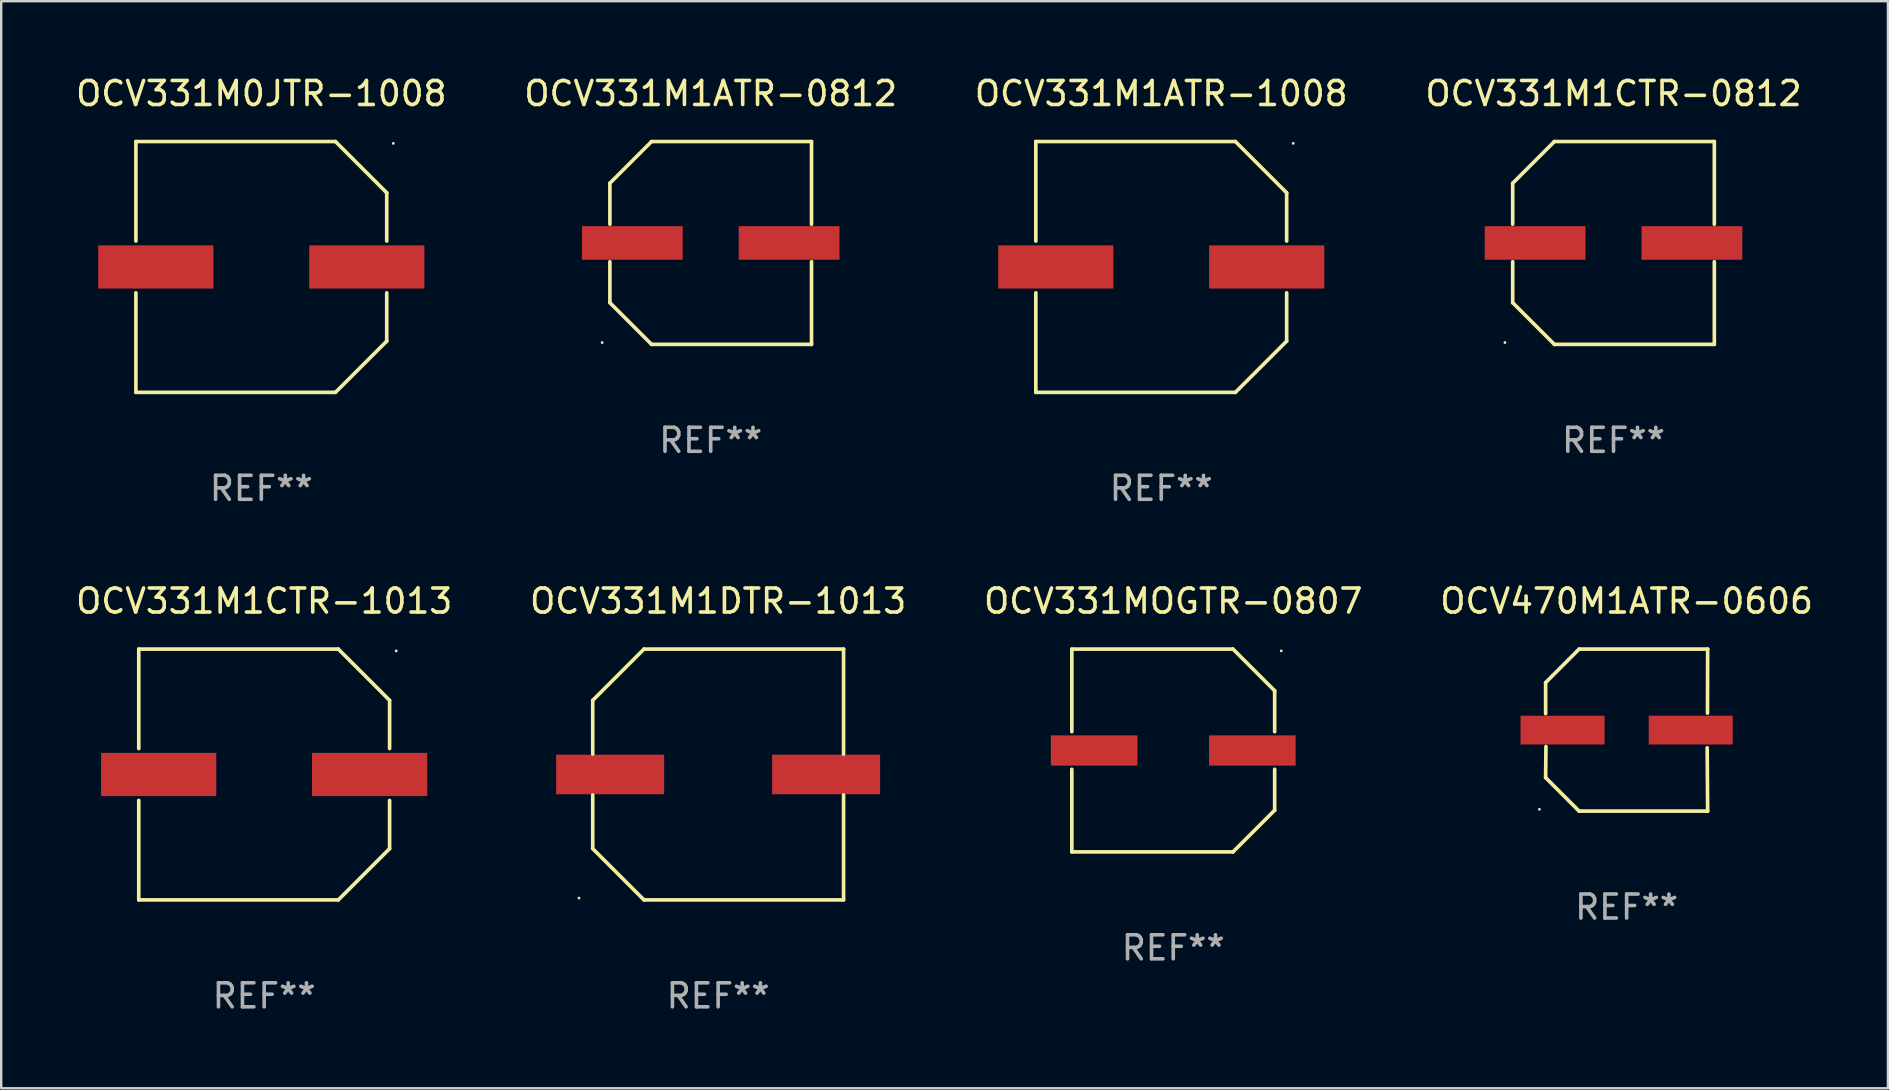
<source format=kicad_pcb>
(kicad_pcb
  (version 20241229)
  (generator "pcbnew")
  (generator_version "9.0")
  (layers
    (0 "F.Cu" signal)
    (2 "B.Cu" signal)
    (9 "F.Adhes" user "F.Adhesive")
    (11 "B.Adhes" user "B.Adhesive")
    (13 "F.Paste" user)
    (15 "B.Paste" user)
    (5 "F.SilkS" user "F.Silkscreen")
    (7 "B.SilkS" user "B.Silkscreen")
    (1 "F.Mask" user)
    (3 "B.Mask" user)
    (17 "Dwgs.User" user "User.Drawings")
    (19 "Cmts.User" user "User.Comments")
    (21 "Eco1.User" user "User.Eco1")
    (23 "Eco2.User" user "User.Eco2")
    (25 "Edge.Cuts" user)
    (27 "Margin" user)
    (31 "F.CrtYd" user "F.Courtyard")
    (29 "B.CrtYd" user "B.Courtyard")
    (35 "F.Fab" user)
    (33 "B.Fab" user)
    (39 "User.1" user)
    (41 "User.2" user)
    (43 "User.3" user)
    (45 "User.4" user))
  (footprint "OCV331M1ATR-0812"
    (layer "F.Cu")
    (at 26.565 7.074)
    (property "Reference" "OCV331M1ATR-0812" (at 0 -6.226 0) (layer "F.SilkS") (effects (font (size 1 1) (thickness 0.15))))
    (attr through_hole)
    (fp_line (start -4.201 -2.49) (end -4.201 -0.782) (stroke (width 0.152) (type solid)) (layer "F.SilkS"))
    (fp_line (start -4.201 2.49) (end -4.201 0.782) (stroke (width 0.152) (type solid)) (layer "F.SilkS"))
    (fp_line (start -2.465 -4.226) (end -4.201 -2.49) (stroke (width 0.152) (type solid)) (layer "F.SilkS"))
    (fp_line (start -2.465 4.226) (end -4.201 2.49) (stroke (width 0.152) (type solid)) (layer "F.SilkS"))
    (fp_line (start 4.201 -4.226) (end -2.465 -4.226) (stroke (width 0.152) (type solid)) (layer "F.SilkS"))
    (fp_line (start 4.201 -0.782) (end 4.201 -4.226) (stroke (width 0.152) (type solid)) (layer "F.SilkS"))
    (fp_line (start 4.201 0.782) (end 4.201 4.226) (stroke (width 0.152) (type solid)) (layer "F.SilkS"))
    (fp_line (start 4.201 4.226) (end -2.465 4.226) (stroke (width 0.152) (type solid)) (layer "F.SilkS"))
    (fp_circle (center -4.524 4.15) (end -4.494 4.15) (stroke (width 0.06) (type solid)) (fill no) (layer "F.SilkS"))
    (fp_text user "REF**" (at 0 8.226 0) (layer "F.Fab") (effects (font (size 1 1) (thickness 0.15))))
    (pad "1" smd rect (at -3.267 0) (size 4.2 1.4) (layers "F.Cu" "F.Mask" "F.Paste"))
    (pad "2" smd rect (at 3.267 0) (size 4.2 1.4) (layers "F.Cu" "F.Mask" "F.Paste")))
  (footprint "OCV331M1CTR-1013"
    (layer "F.Cu")
    (at 7.958 29.223)
    (property "Reference" "OCV331M1CTR-1013" (at 0 -7.226 0) (layer "F.SilkS") (effects (font (size 1 1) (thickness 0.15))))
    (attr through_hole)
    (fp_line (start -5.226 -5.226) (end -5.226 -1.08) (stroke (width 0.152) (type solid)) (layer "F.SilkS"))
    (fp_line (start -5.226 -5.226) (end 3.09 -5.226) (stroke (width 0.152) (type solid)) (layer "F.SilkS"))
    (fp_line (start -5.226 1.08) (end -5.226 5.226) (stroke (width 0.152) (type solid)) (layer "F.SilkS"))
    (fp_line (start -5.226 5.226) (end 3.09 5.226) (stroke (width 0.152) (type solid)) (layer "F.SilkS"))
    (fp_line (start 3.09 -5.226) (end 5.226 -3.09) (stroke (width 0.152) (type solid)) (layer "F.SilkS"))
    (fp_line (start 3.09 5.226) (end 5.226 3.09) (stroke (width 0.152) (type solid)) (layer "F.SilkS"))
    (fp_line (start 5.226 -1.08) (end 5.226 -3.09) (stroke (width 0.152) (type solid)) (layer "F.SilkS"))
    (fp_line (start 5.226 3.09) (end 5.226 1.08) (stroke (width 0.152) (type solid)) (layer "F.SilkS"))
    (fp_circle (center 5.5 -5.15) (end 5.53 -5.15) (stroke (width 0.06) (type solid)) (fill no) (layer "F.SilkS"))
    (fp_text user "REF**" (at 0 9.226 0) (layer "F.Fab") (effects (font (size 1 1) (thickness 0.15))))
    (pad "1" smd rect (at 4.395 0 180) (size 4.8 1.8) (layers "F.Cu" "F.Mask" "F.Paste"))
    (pad "2" smd rect (at -4.395 0 180) (size 4.8 1.8) (layers "F.Cu" "F.Mask" "F.Paste")))
  (footprint "OCV470M1ATR-0606"
    (layer "F.Cu")
    (at 64.732 27.373)
    (property "Reference" "OCV470M1ATR-0606" (at 0 -5.376 0) (layer "F.SilkS") (effects (font (size 1 1) (thickness 0.15))))
    (attr through_hole)
    (fp_line (start -3.376 -1.98) (end -3.376 -0.686) (stroke (width 0.152) (type solid)) (layer "F.SilkS"))
    (fp_line (start -3.376 1.981) (end -3.362 0.686) (stroke (width 0.152) (type solid)) (layer "F.SilkS"))
    (fp_line (start -1.981 3.376) (end -3.376 1.981) (stroke (width 0.152) (type solid)) (layer "F.SilkS"))
    (fp_line (start -1.98 -3.376) (end -3.376 -1.98) (stroke (width 0.152) (type solid)) (layer "F.SilkS"))
    (fp_line (start 3.356 0.74) (end 3.376 3.376) (stroke (width 0.152) (type solid)) (layer "F.SilkS"))
    (fp_line (start 3.369 -0.707) (end 3.376 -3.376) (stroke (width 0.152) (type solid)) (layer "F.SilkS"))
    (fp_line (start 3.376 3.376) (end -1.981 3.376) (stroke (width 0.152) (type solid)) (layer "F.SilkS"))
    (fp_line (start 3.376 -3.376) (end -1.98 -3.376) (stroke (width 0.152) (type solid)) (layer "F.SilkS"))
    (fp_circle (center -3.634 3.3) (end -3.604 3.3) (stroke (width 0.06) (type solid)) (fill no) (layer "F.SilkS"))
    (fp_text user "REF**" (at 0 7.376 0) (layer "F.Fab") (effects (font (size 1 1) (thickness 0.15))))
    (pad "1" smd rect (at -2.67 0.000254) (size 3.5 1.2) (layers "F.Cu" "F.Mask" "F.Paste"))
    (pad "2" smd rect (at 2.67 0.000254) (size 3.5 1.2) (layers "F.Cu" "F.Mask" "F.Paste")))
  (footprint "OCV331M1CTR-0812"
    (layer "F.Cu")
    (at 64.185 7.074)
    (property "Reference" "OCV331M1CTR-0812" (at 0 -6.226 0) (layer "F.SilkS") (effects (font (size 1 1) (thickness 0.15))))
    (attr through_hole)
    (fp_line (start -4.201 -2.49) (end -4.201 -0.782) (stroke (width 0.152) (type solid)) (layer "F.SilkS"))
    (fp_line (start -4.201 2.49) (end -4.201 0.782) (stroke (width 0.152) (type solid)) (layer "F.SilkS"))
    (fp_line (start -2.465 -4.226) (end -4.201 -2.49) (stroke (width 0.152) (type solid)) (layer "F.SilkS"))
    (fp_line (start -2.465 4.226) (end -4.201 2.49) (stroke (width 0.152) (type solid)) (layer "F.SilkS"))
    (fp_line (start 4.201 -4.226) (end -2.465 -4.226) (stroke (width 0.152) (type solid)) (layer "F.SilkS"))
    (fp_line (start 4.201 -0.782) (end 4.201 -4.226) (stroke (width 0.152) (type solid)) (layer "F.SilkS"))
    (fp_line (start 4.201 0.782) (end 4.201 4.226) (stroke (width 0.152) (type solid)) (layer "F.SilkS"))
    (fp_line (start 4.201 4.226) (end -2.465 4.226) (stroke (width 0.152) (type solid)) (layer "F.SilkS"))
    (fp_circle (center -4.524 4.15) (end -4.494 4.15) (stroke (width 0.06) (type solid)) (fill no) (layer "F.SilkS"))
    (fp_text user "REF**" (at 0 8.226 0) (layer "F.Fab") (effects (font (size 1 1) (thickness 0.15))))
    (pad "1" smd rect (at -3.267 0) (size 4.2 1.4) (layers "F.Cu" "F.Mask" "F.Paste"))
    (pad "2" smd rect (at 3.267 0) (size 4.2 1.4) (layers "F.Cu" "F.Mask" "F.Paste")))
  (footprint "OCV331M1ATR-1008"
    (layer "F.Cu")
    (at 45.339 8.074)
    (property "Reference" "OCV331M1ATR-1008" (at 0 -7.226 0) (layer "F.SilkS") (effects (font (size 1 1) (thickness 0.15))))
    (attr through_hole)
    (fp_line (start -5.226 -5.226) (end -5.226 -1.08) (stroke (width 0.152) (type solid)) (layer "F.SilkS"))
    (fp_line (start -5.226 -5.226) (end 3.09 -5.226) (stroke (width 0.152) (type solid)) (layer "F.SilkS"))
    (fp_line (start -5.226 1.08) (end -5.226 5.226) (stroke (width 0.152) (type solid)) (layer "F.SilkS"))
    (fp_line (start -5.226 5.226) (end 3.09 5.226) (stroke (width 0.152) (type solid)) (layer "F.SilkS"))
    (fp_line (start 3.09 -5.226) (end 5.226 -3.09) (stroke (width 0.152) (type solid)) (layer "F.SilkS"))
    (fp_line (start 3.09 5.226) (end 5.226 3.09) (stroke (width 0.152) (type solid)) (layer "F.SilkS"))
    (fp_line (start 5.226 -1.08) (end 5.226 -3.09) (stroke (width 0.152) (type solid)) (layer "F.SilkS"))
    (fp_line (start 5.226 3.09) (end 5.226 1.08) (stroke (width 0.152) (type solid)) (layer "F.SilkS"))
    (fp_circle (center 5.5 -5.15) (end 5.53 -5.15) (stroke (width 0.06) (type solid)) (fill no) (layer "F.SilkS"))
    (fp_text user "REF**" (at 0 9.226 0) (layer "F.Fab") (effects (font (size 1 1) (thickness 0.15))))
    (pad "1" smd rect (at 4.395 0 180) (size 4.8 1.8) (layers "F.Cu" "F.Mask" "F.Paste"))
    (pad "2" smd rect (at -4.395 0 180) (size 4.8 1.8) (layers "F.Cu" "F.Mask" "F.Paste")))
  (footprint "OCV331MOGTR-0807"
    (layer "F.Cu")
    (at 45.839 28.223)
    (property "Reference" "OCV331MOGTR-0807" (at 0 -6.226 0) (layer "F.SilkS") (effects (font (size 1 1) (thickness 0.15))))
    (attr through_hole)
    (fp_line (start -4.226 -4.226) (end 2.49 -4.226) (stroke (width 0.152) (type solid)) (layer "F.SilkS"))
    (fp_line (start -4.226 -0.782) (end -4.226 -4.226) (stroke (width 0.152) (type solid)) (layer "F.SilkS"))
    (fp_line (start -4.226 0.782) (end -4.226 4.226) (stroke (width 0.152) (type solid)) (layer "F.SilkS"))
    (fp_line (start -4.226 4.226) (end 2.49 4.226) (stroke (width 0.152) (type solid)) (layer "F.SilkS"))
    (fp_line (start 2.49 -4.226) (end 4.226 -2.49) (stroke (width 0.152) (type solid)) (layer "F.SilkS"))
    (fp_line (start 2.49 4.226) (end 4.226 2.49) (stroke (width 0.152) (type solid)) (layer "F.SilkS"))
    (fp_line (start 4.226 -2.49) (end 4.226 -0.782) (stroke (width 0.152) (type solid)) (layer "F.SilkS"))
    (fp_line (start 4.226 2.49) (end 4.226 0.782) (stroke (width 0.152) (type solid)) (layer "F.SilkS"))
    (fp_circle (center 4.5 -4.15) (end 4.53 -4.15) (stroke (width 0.06) (type solid)) (fill no) (layer "F.SilkS"))
    (fp_text user "REF**" (at 0 8.226 0) (layer "F.Fab") (effects (font (size 1 1) (thickness 0.15))))
    (pad "1" smd rect (at 3.295 0 180) (size 3.61 1.26) (layers "F.Cu" "F.Mask" "F.Paste"))
    (pad "2" smd rect (at -3.295 0 180) (size 3.61 1.26) (layers "F.Cu" "F.Mask" "F.Paste")))
  (footprint "OCV331M0JTR-1008"
    (layer "F.Cu")
    (at 7.839 8.074)
    (property "Reference" "OCV331M0JTR-1008" (at 0 -7.226 0) (layer "F.SilkS") (effects (font (size 1 1) (thickness 0.15))))
    (attr through_hole)
    (fp_line (start -5.226 -5.226) (end -5.226 -1.08) (stroke (width 0.152) (type solid)) (layer "F.SilkS"))
    (fp_line (start -5.226 -5.226) (end 3.09 -5.226) (stroke (width 0.152) (type solid)) (layer "F.SilkS"))
    (fp_line (start -5.226 1.08) (end -5.226 5.226) (stroke (width 0.152) (type solid)) (layer "F.SilkS"))
    (fp_line (start -5.226 5.226) (end 3.09 5.226) (stroke (width 0.152) (type solid)) (layer "F.SilkS"))
    (fp_line (start 3.09 -5.226) (end 5.226 -3.09) (stroke (width 0.152) (type solid)) (layer "F.SilkS"))
    (fp_line (start 3.09 5.226) (end 5.226 3.09) (stroke (width 0.152) (type solid)) (layer "F.SilkS"))
    (fp_line (start 5.226 -1.08) (end 5.226 -3.09) (stroke (width 0.152) (type solid)) (layer "F.SilkS"))
    (fp_line (start 5.226 3.09) (end 5.226 1.08) (stroke (width 0.152) (type solid)) (layer "F.SilkS"))
    (fp_circle (center 5.5 -5.15) (end 5.53 -5.15) (stroke (width 0.06) (type solid)) (fill no) (layer "F.SilkS"))
    (fp_text user "REF**" (at 0 9.226 0) (layer "F.Fab") (effects (font (size 1 1) (thickness 0.15))))
    (pad "1" smd rect (at 4.395 0 180) (size 4.8 1.8) (layers "F.Cu" "F.Mask" "F.Paste"))
    (pad "2" smd rect (at -4.395 0 180) (size 4.8 1.8) (layers "F.Cu" "F.Mask" "F.Paste")))
  (footprint "OCV331M1DTR-1013"
    (layer "F.Cu")
    (at 26.875 29.223)
    (property "Reference" "OCV331M1DTR-1013" (at 0 -7.226 0) (layer "F.SilkS") (effects (font (size 1 1) (thickness 0.15))))
    (attr through_hole)
    (fp_line (start -5.226 -3.09) (end -5.226 -0.852) (stroke (width 0.152) (type solid)) (layer "F.SilkS"))
    (fp_line (start -5.226 3.09) (end -5.226 0.852) (stroke (width 0.152) (type solid)) (layer "F.SilkS"))
    (fp_line (start -3.09 -5.226) (end -5.226 -3.09) (stroke (width 0.152) (type solid)) (layer "F.SilkS"))
    (fp_line (start -3.09 5.226) (end -5.226 3.09) (stroke (width 0.152) (type solid)) (layer "F.SilkS"))
    (fp_line (start 5.226 -5.226) (end -3.09 -5.226) (stroke (width 0.152) (type solid)) (layer "F.SilkS"))
    (fp_line (start 5.226 -0.852) (end 5.226 -5.226) (stroke (width 0.152) (type solid)) (layer "F.SilkS"))
    (fp_line (start 5.226 0.852) (end 5.226 5.226) (stroke (width 0.152) (type solid)) (layer "F.SilkS"))
    (fp_line (start 5.226 5.226) (end -3.09 5.226) (stroke (width 0.152) (type solid)) (layer "F.SilkS"))
    (fp_circle (center -5.8 5.15) (end -5.77 5.15) (stroke (width 0.06) (type solid)) (fill no) (layer "F.SilkS"))
    (fp_text user "REF**" (at 0 9.226 0) (layer "F.Fab") (effects (font (size 1 1) (thickness 0.15))))
    (pad "1" smd rect (at -4.5 0) (size 4.5 1.65) (layers "F.Cu" "F.Mask" "F.Paste"))
    (pad "2" smd rect (at 4.5 0) (size 4.5 1.65) (layers "F.Cu" "F.Mask" "F.Paste")))
  (gr_rect
    (start -3 -3)
    (end 75.619 42.298)
    (stroke (width 0.1) (type default))
    (fill no)
    (layer "Edge.Cuts")))
</source>
